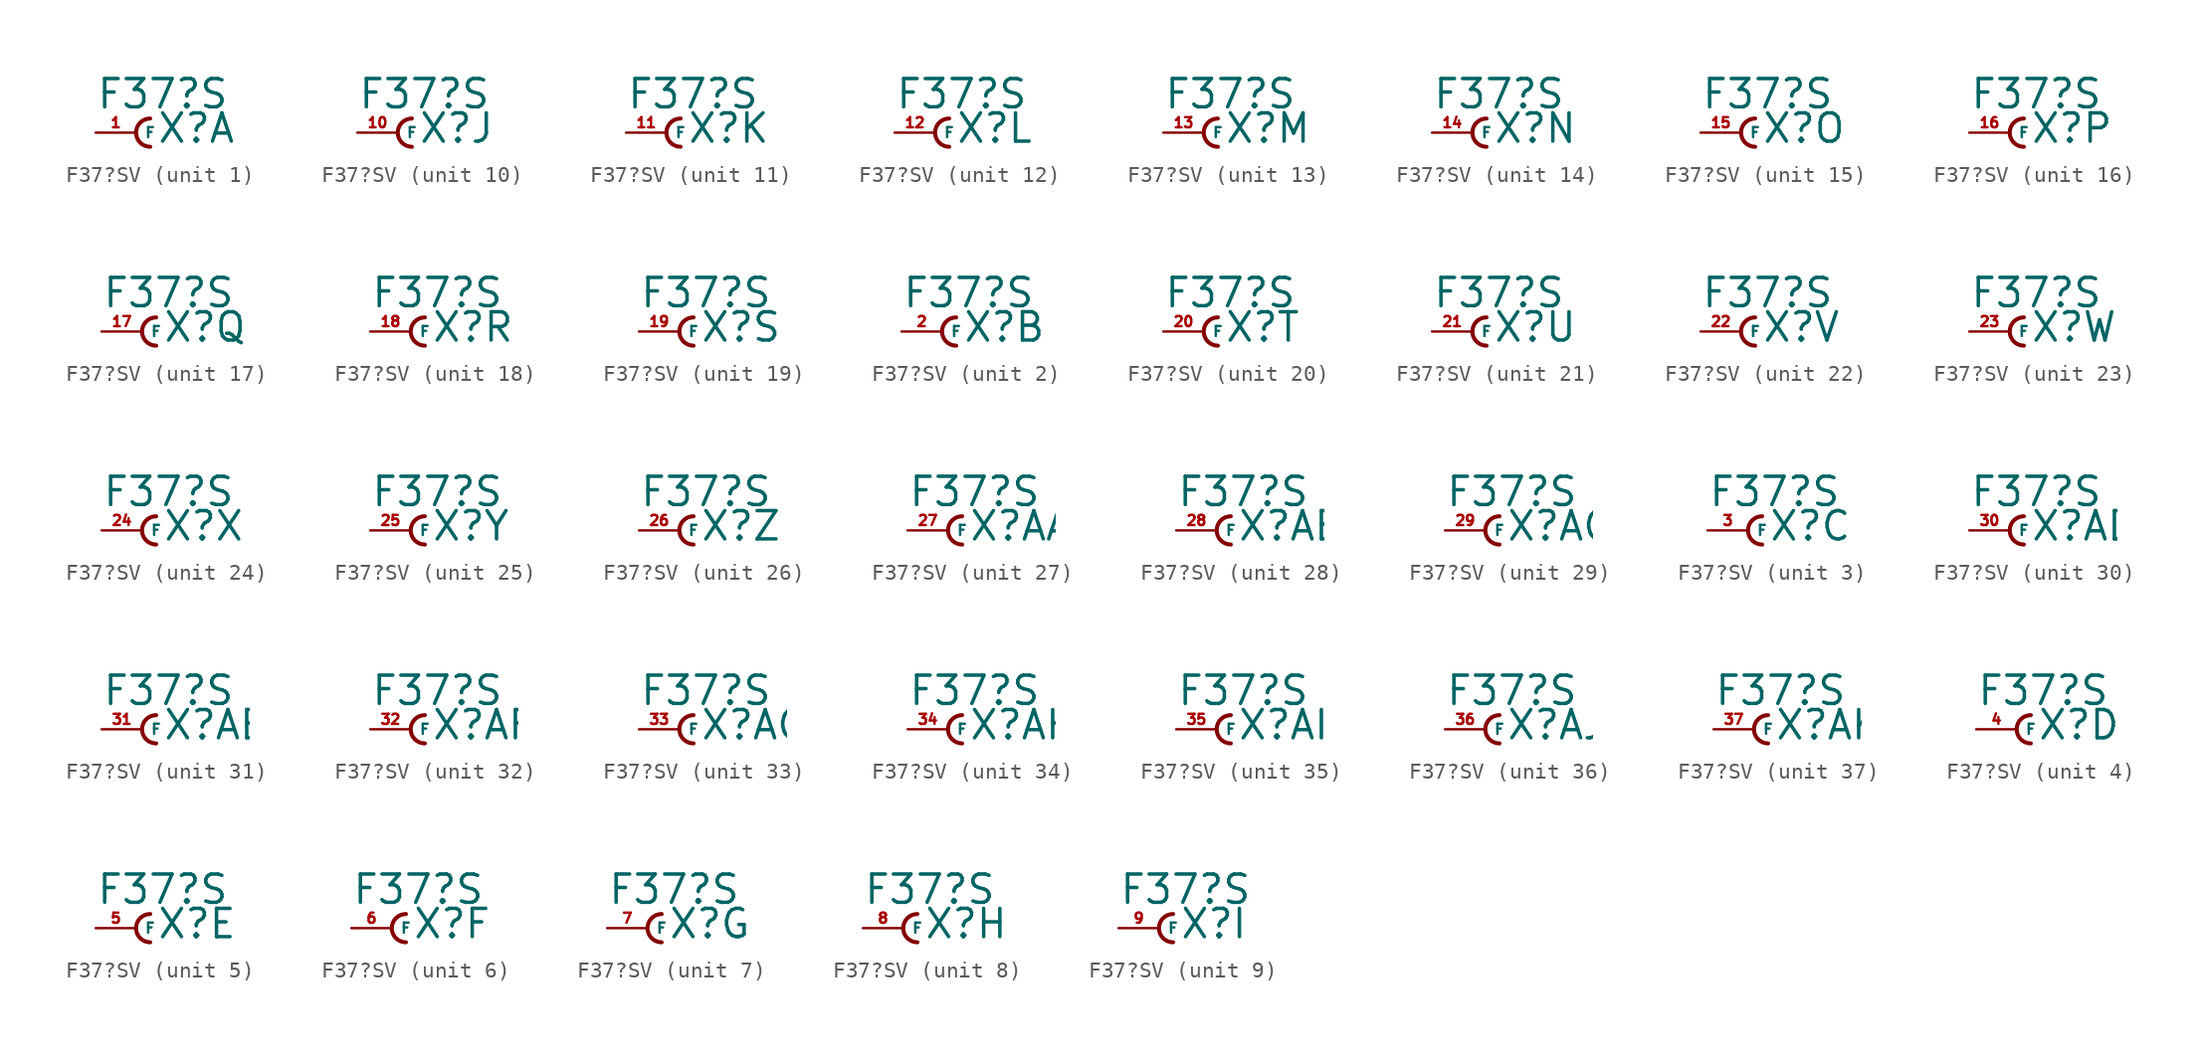
<source format=kicad_sym>
(kicad_symbol_lib
  (version 20220914)
  (generator Eagle2Kicad)
  (symbol "F37?SV"
    (property "Reference" "X"
      (at 1.27 -0.762 0)
      (effects (font (size 1.778 1.778) (thickness 0.22)) (justify left bottom)))
    (property "Value" "F37?S"
      (at -2.54 1.397 0)
      (effects (font (size 1.778 1.778) (thickness 0.22)) (justify left bottom)))
    (symbol "F37?SV_1_0"
      (arc (start 0.889 0.889) (mid 0.000 0.000) (end 0.889 -0.889) (stroke (width 0.254) (type default)) (fill (type none)))
      (pin passive line (at -2.54 0 0) (length 2.54) (name "F" (effects (font (size 0.635 0.635) (thickness 0.08)) (justify left bottom))) (number "1" (effects (font (size 0.635 0.635) (thickness 0.08)) (justify left bottom)))))
    (symbol "F37?SV_2_0"
      (arc (start 0.889 0.889) (mid 0.000 0.000) (end 0.889 -0.889) (stroke (width 0.254) (type default)) (fill (type none)))
      (pin passive line (at -2.54 0 0) (length 2.54) (name "F" (effects (font (size 0.635 0.635) (thickness 0.08)) (justify left bottom))) (number "2" (effects (font (size 0.635 0.635) (thickness 0.08)) (justify left bottom)))))
    (symbol "F37?SV_3_0"
      (arc (start 0.889 0.889) (mid 0.000 0.000) (end 0.889 -0.889) (stroke (width 0.254) (type default)) (fill (type none)))
      (pin passive line (at -2.54 0 0) (length 2.54) (name "F" (effects (font (size 0.635 0.635) (thickness 0.08)) (justify left bottom))) (number "3" (effects (font (size 0.635 0.635) (thickness 0.08)) (justify left bottom)))))
    (symbol "F37?SV_4_0"
      (arc (start 0.889 0.889) (mid 0.000 0.000) (end 0.889 -0.889) (stroke (width 0.254) (type default)) (fill (type none)))
      (pin passive line (at -2.54 0 0) (length 2.54) (name "F" (effects (font (size 0.635 0.635) (thickness 0.08)) (justify left bottom))) (number "4" (effects (font (size 0.635 0.635) (thickness 0.08)) (justify left bottom)))))
    (symbol "F37?SV_5_0"
      (arc (start 0.889 0.889) (mid 0.000 0.000) (end 0.889 -0.889) (stroke (width 0.254) (type default)) (fill (type none)))
      (pin passive line (at -2.54 0 0) (length 2.54) (name "F" (effects (font (size 0.635 0.635) (thickness 0.08)) (justify left bottom))) (number "5" (effects (font (size 0.635 0.635) (thickness 0.08)) (justify left bottom)))))
    (symbol "F37?SV_6_0"
      (arc (start 0.889 0.889) (mid 0.000 0.000) (end 0.889 -0.889) (stroke (width 0.254) (type default)) (fill (type none)))
      (pin passive line (at -2.54 0 0) (length 2.54) (name "F" (effects (font (size 0.635 0.635) (thickness 0.08)) (justify left bottom))) (number "6" (effects (font (size 0.635 0.635) (thickness 0.08)) (justify left bottom)))))
    (symbol "F37?SV_7_0"
      (arc (start 0.889 0.889) (mid 0.000 0.000) (end 0.889 -0.889) (stroke (width 0.254) (type default)) (fill (type none)))
      (pin passive line (at -2.54 0 0) (length 2.54) (name "F" (effects (font (size 0.635 0.635) (thickness 0.08)) (justify left bottom))) (number "7" (effects (font (size 0.635 0.635) (thickness 0.08)) (justify left bottom)))))
    (symbol "F37?SV_8_0"
      (arc (start 0.889 0.889) (mid 0.000 0.000) (end 0.889 -0.889) (stroke (width 0.254) (type default)) (fill (type none)))
      (pin passive line (at -2.54 0 0) (length 2.54) (name "F" (effects (font (size 0.635 0.635) (thickness 0.08)) (justify left bottom))) (number "8" (effects (font (size 0.635 0.635) (thickness 0.08)) (justify left bottom)))))
    (symbol "F37?SV_9_0"
      (arc (start 0.889 0.889) (mid 0.000 0.000) (end 0.889 -0.889) (stroke (width 0.254) (type default)) (fill (type none)))
      (pin passive line (at -2.54 0 0) (length 2.54) (name "F" (effects (font (size 0.635 0.635) (thickness 0.08)) (justify left bottom))) (number "9" (effects (font (size 0.635 0.635) (thickness 0.08)) (justify left bottom)))))
    (symbol "F37?SV_10_0"
      (arc (start 0.889 0.889) (mid 0.000 0.000) (end 0.889 -0.889) (stroke (width 0.254) (type default)) (fill (type none)))
      (pin passive line (at -2.54 0 0) (length 2.54) (name "F" (effects (font (size 0.635 0.635) (thickness 0.08)) (justify left bottom))) (number "10" (effects (font (size 0.635 0.635) (thickness 0.08)) (justify left bottom)))))
    (symbol "F37?SV_11_0"
      (arc (start 0.889 0.889) (mid 0.000 0.000) (end 0.889 -0.889) (stroke (width 0.254) (type default)) (fill (type none)))
      (pin passive line (at -2.54 0 0) (length 2.54) (name "F" (effects (font (size 0.635 0.635) (thickness 0.08)) (justify left bottom))) (number "11" (effects (font (size 0.635 0.635) (thickness 0.08)) (justify left bottom)))))
    (symbol "F37?SV_12_0"
      (arc (start 0.889 0.889) (mid 0.000 0.000) (end 0.889 -0.889) (stroke (width 0.254) (type default)) (fill (type none)))
      (pin passive line (at -2.54 0 0) (length 2.54) (name "F" (effects (font (size 0.635 0.635) (thickness 0.08)) (justify left bottom))) (number "12" (effects (font (size 0.635 0.635) (thickness 0.08)) (justify left bottom)))))
    (symbol "F37?SV_13_0"
      (arc (start 0.889 0.889) (mid 0.000 0.000) (end 0.889 -0.889) (stroke (width 0.254) (type default)) (fill (type none)))
      (pin passive line (at -2.54 0 0) (length 2.54) (name "F" (effects (font (size 0.635 0.635) (thickness 0.08)) (justify left bottom))) (number "13" (effects (font (size 0.635 0.635) (thickness 0.08)) (justify left bottom)))))
    (symbol "F37?SV_14_0"
      (arc (start 0.889 0.889) (mid 0.000 0.000) (end 0.889 -0.889) (stroke (width 0.254) (type default)) (fill (type none)))
      (pin passive line (at -2.54 0 0) (length 2.54) (name "F" (effects (font (size 0.635 0.635) (thickness 0.08)) (justify left bottom))) (number "14" (effects (font (size 0.635 0.635) (thickness 0.08)) (justify left bottom)))))
    (symbol "F37?SV_15_0"
      (arc (start 0.889 0.889) (mid 0.000 0.000) (end 0.889 -0.889) (stroke (width 0.254) (type default)) (fill (type none)))
      (pin passive line (at -2.54 0 0) (length 2.54) (name "F" (effects (font (size 0.635 0.635) (thickness 0.08)) (justify left bottom))) (number "15" (effects (font (size 0.635 0.635) (thickness 0.08)) (justify left bottom)))))
    (symbol "F37?SV_16_0"
      (arc (start 0.889 0.889) (mid 0.000 0.000) (end 0.889 -0.889) (stroke (width 0.254) (type default)) (fill (type none)))
      (pin passive line (at -2.54 0 0) (length 2.54) (name "F" (effects (font (size 0.635 0.635) (thickness 0.08)) (justify left bottom))) (number "16" (effects (font (size 0.635 0.635) (thickness 0.08)) (justify left bottom)))))
    (symbol "F37?SV_17_0"
      (arc (start 0.889 0.889) (mid 0.000 0.000) (end 0.889 -0.889) (stroke (width 0.254) (type default)) (fill (type none)))
      (pin passive line (at -2.54 0 0) (length 2.54) (name "F" (effects (font (size 0.635 0.635) (thickness 0.08)) (justify left bottom))) (number "17" (effects (font (size 0.635 0.635) (thickness 0.08)) (justify left bottom)))))
    (symbol "F37?SV_18_0"
      (arc (start 0.889 0.889) (mid 0.000 0.000) (end 0.889 -0.889) (stroke (width 0.254) (type default)) (fill (type none)))
      (pin passive line (at -2.54 0 0) (length 2.54) (name "F" (effects (font (size 0.635 0.635) (thickness 0.08)) (justify left bottom))) (number "18" (effects (font (size 0.635 0.635) (thickness 0.08)) (justify left bottom)))))
    (symbol "F37?SV_19_0"
      (arc (start 0.889 0.889) (mid 0.000 0.000) (end 0.889 -0.889) (stroke (width 0.254) (type default)) (fill (type none)))
      (pin passive line (at -2.54 0 0) (length 2.54) (name "F" (effects (font (size 0.635 0.635) (thickness 0.08)) (justify left bottom))) (number "19" (effects (font (size 0.635 0.635) (thickness 0.08)) (justify left bottom)))))
    (symbol "F37?SV_20_0"
      (arc (start 0.889 0.889) (mid 0.000 0.000) (end 0.889 -0.889) (stroke (width 0.254) (type default)) (fill (type none)))
      (pin passive line (at -2.54 0 0) (length 2.54) (name "F" (effects (font (size 0.635 0.635) (thickness 0.08)) (justify left bottom))) (number "20" (effects (font (size 0.635 0.635) (thickness 0.08)) (justify left bottom)))))
    (symbol "F37?SV_21_0"
      (arc (start 0.889 0.889) (mid 0.000 0.000) (end 0.889 -0.889) (stroke (width 0.254) (type default)) (fill (type none)))
      (pin passive line (at -2.54 0 0) (length 2.54) (name "F" (effects (font (size 0.635 0.635) (thickness 0.08)) (justify left bottom))) (number "21" (effects (font (size 0.635 0.635) (thickness 0.08)) (justify left bottom)))))
    (symbol "F37?SV_22_0"
      (arc (start 0.889 0.889) (mid 0.000 0.000) (end 0.889 -0.889) (stroke (width 0.254) (type default)) (fill (type none)))
      (pin passive line (at -2.54 0 0) (length 2.54) (name "F" (effects (font (size 0.635 0.635) (thickness 0.08)) (justify left bottom))) (number "22" (effects (font (size 0.635 0.635) (thickness 0.08)) (justify left bottom)))))
    (symbol "F37?SV_23_0"
      (arc (start 0.889 0.889) (mid 0.000 0.000) (end 0.889 -0.889) (stroke (width 0.254) (type default)) (fill (type none)))
      (pin passive line (at -2.54 0 0) (length 2.54) (name "F" (effects (font (size 0.635 0.635) (thickness 0.08)) (justify left bottom))) (number "23" (effects (font (size 0.635 0.635) (thickness 0.08)) (justify left bottom)))))
    (symbol "F37?SV_24_0"
      (arc (start 0.889 0.889) (mid 0.000 0.000) (end 0.889 -0.889) (stroke (width 0.254) (type default)) (fill (type none)))
      (pin passive line (at -2.54 0 0) (length 2.54) (name "F" (effects (font (size 0.635 0.635) (thickness 0.08)) (justify left bottom))) (number "24" (effects (font (size 0.635 0.635) (thickness 0.08)) (justify left bottom)))))
    (symbol "F37?SV_25_0"
      (arc (start 0.889 0.889) (mid 0.000 0.000) (end 0.889 -0.889) (stroke (width 0.254) (type default)) (fill (type none)))
      (pin passive line (at -2.54 0 0) (length 2.54) (name "F" (effects (font (size 0.635 0.635) (thickness 0.08)) (justify left bottom))) (number "25" (effects (font (size 0.635 0.635) (thickness 0.08)) (justify left bottom)))))
    (symbol "F37?SV_26_0"
      (arc (start 0.889 0.889) (mid 0.000 0.000) (end 0.889 -0.889) (stroke (width 0.254) (type default)) (fill (type none)))
      (pin passive line (at -2.54 0 0) (length 2.54) (name "F" (effects (font (size 0.635 0.635) (thickness 0.08)) (justify left bottom))) (number "26" (effects (font (size 0.635 0.635) (thickness 0.08)) (justify left bottom)))))
    (symbol "F37?SV_27_0"
      (arc (start 0.889 0.889) (mid 0.000 0.000) (end 0.889 -0.889) (stroke (width 0.254) (type default)) (fill (type none)))
      (pin passive line (at -2.54 0 0) (length 2.54) (name "F" (effects (font (size 0.635 0.635) (thickness 0.08)) (justify left bottom))) (number "27" (effects (font (size 0.635 0.635) (thickness 0.08)) (justify left bottom)))))
    (symbol "F37?SV_28_0"
      (arc (start 0.889 0.889) (mid 0.000 0.000) (end 0.889 -0.889) (stroke (width 0.254) (type default)) (fill (type none)))
      (pin passive line (at -2.54 0 0) (length 2.54) (name "F" (effects (font (size 0.635 0.635) (thickness 0.08)) (justify left bottom))) (number "28" (effects (font (size 0.635 0.635) (thickness 0.08)) (justify left bottom)))))
    (symbol "F37?SV_29_0"
      (arc (start 0.889 0.889) (mid 0.000 0.000) (end 0.889 -0.889) (stroke (width 0.254) (type default)) (fill (type none)))
      (pin passive line (at -2.54 0 0) (length 2.54) (name "F" (effects (font (size 0.635 0.635) (thickness 0.08)) (justify left bottom))) (number "29" (effects (font (size 0.635 0.635) (thickness 0.08)) (justify left bottom)))))
    (symbol "F37?SV_30_0"
      (arc (start 0.889 0.889) (mid 0.000 0.000) (end 0.889 -0.889) (stroke (width 0.254) (type default)) (fill (type none)))
      (pin passive line (at -2.54 0 0) (length 2.54) (name "F" (effects (font (size 0.635 0.635) (thickness 0.08)) (justify left bottom))) (number "30" (effects (font (size 0.635 0.635) (thickness 0.08)) (justify left bottom)))))
    (symbol "F37?SV_31_0"
      (arc (start 0.889 0.889) (mid 0.000 0.000) (end 0.889 -0.889) (stroke (width 0.254) (type default)) (fill (type none)))
      (pin passive line (at -2.54 0 0) (length 2.54) (name "F" (effects (font (size 0.635 0.635) (thickness 0.08)) (justify left bottom))) (number "31" (effects (font (size 0.635 0.635) (thickness 0.08)) (justify left bottom)))))
    (symbol "F37?SV_32_0"
      (arc (start 0.889 0.889) (mid 0.000 0.000) (end 0.889 -0.889) (stroke (width 0.254) (type default)) (fill (type none)))
      (pin passive line (at -2.54 0 0) (length 2.54) (name "F" (effects (font (size 0.635 0.635) (thickness 0.08)) (justify left bottom))) (number "32" (effects (font (size 0.635 0.635) (thickness 0.08)) (justify left bottom)))))
    (symbol "F37?SV_33_0"
      (arc (start 0.889 0.889) (mid 0.000 0.000) (end 0.889 -0.889) (stroke (width 0.254) (type default)) (fill (type none)))
      (pin passive line (at -2.54 0 0) (length 2.54) (name "F" (effects (font (size 0.635 0.635) (thickness 0.08)) (justify left bottom))) (number "33" (effects (font (size 0.635 0.635) (thickness 0.08)) (justify left bottom)))))
    (symbol "F37?SV_34_0"
      (arc (start 0.889 0.889) (mid 0.000 0.000) (end 0.889 -0.889) (stroke (width 0.254) (type default)) (fill (type none)))
      (pin passive line (at -2.54 0 0) (length 2.54) (name "F" (effects (font (size 0.635 0.635) (thickness 0.08)) (justify left bottom))) (number "34" (effects (font (size 0.635 0.635) (thickness 0.08)) (justify left bottom)))))
    (symbol "F37?SV_35_0"
      (arc (start 0.889 0.889) (mid 0.000 0.000) (end 0.889 -0.889) (stroke (width 0.254) (type default)) (fill (type none)))
      (pin passive line (at -2.54 0 0) (length 2.54) (name "F" (effects (font (size 0.635 0.635) (thickness 0.08)) (justify left bottom))) (number "35" (effects (font (size 0.635 0.635) (thickness 0.08)) (justify left bottom)))))
    (symbol "F37?SV_36_0"
      (arc (start 0.889 0.889) (mid 0.000 0.000) (end 0.889 -0.889) (stroke (width 0.254) (type default)) (fill (type none)))
      (pin passive line (at -2.54 0 0) (length 2.54) (name "F" (effects (font (size 0.635 0.635) (thickness 0.08)) (justify left bottom))) (number "36" (effects (font (size 0.635 0.635) (thickness 0.08)) (justify left bottom)))))
    (symbol "F37?SV_37_0"
      (arc (start 0.889 0.889) (mid 0.000 0.000) (end 0.889 -0.889) (stroke (width 0.254) (type default)) (fill (type none)))
      (pin passive line (at -2.54 0 0) (length 2.54) (name "F" (effects (font (size 0.635 0.635) (thickness 0.08)) (justify left bottom))) (number "37" (effects (font (size 0.635 0.635) (thickness 0.08)) (justify left bottom)))))))
</source>
